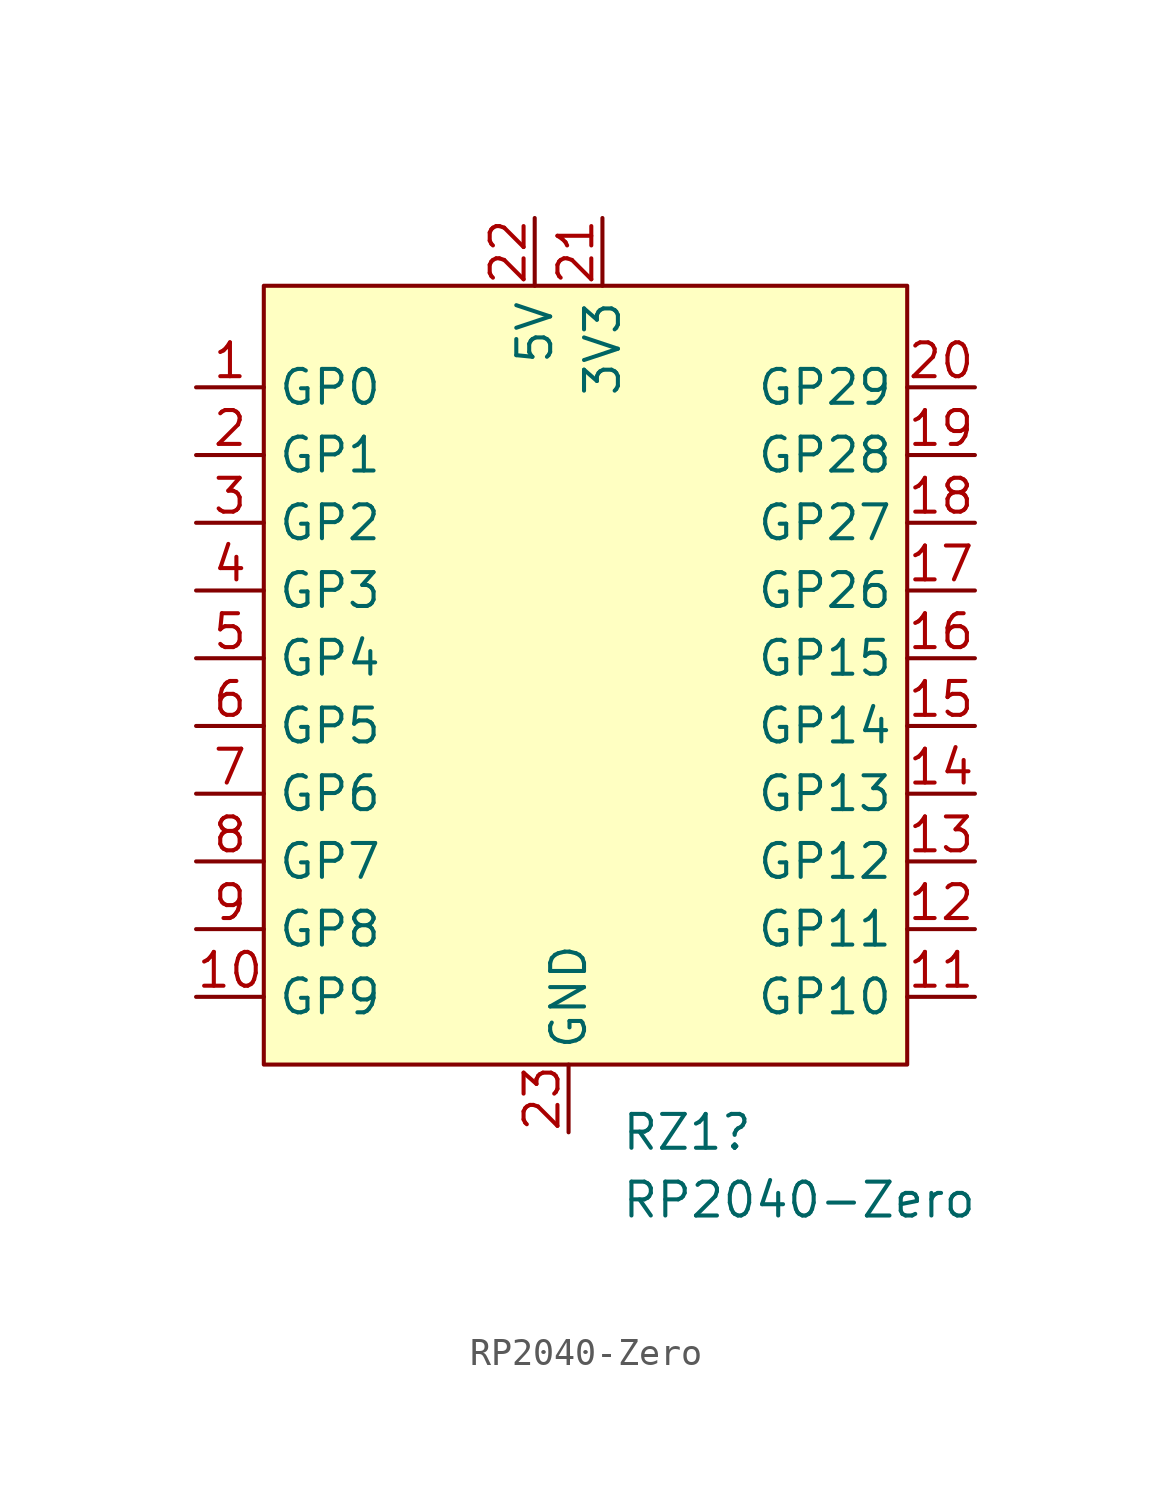
<source format=kicad_sym>
(kicad_symbol_lib
  (version 20220914)
  (generator kicad_symbol_editor)
  (symbol "RP2040-Zero"
    (property "Reference" "RZ1"
      (at 1.956 -17.78 0)
      (effects (font (size 1.27 1.27)) (justify left)))
    (property "Value" "RP2040-Zero"
      (at 1.956 -20.32 0)
      (effects (font (size 1.27 1.27)) (justify left)))
    (symbol "RP2040-Zero_0_1"
      (rectangle (start -11.43 -15.24) (end 12.7 13.97) (stroke (width 0) (type default)) (fill (type background))))
    (symbol "RP2040-Zero_1_1"
      (pin bidirectional line (at -13.97 10.16 0) (length 2.54) (name "GP0" (effects (font (size 1.27 1.27)))) (number "1" (effects (font (size 1.27 1.27)))))
      (pin bidirectional line (at -13.97 -12.7 0) (length 2.54) (name "GP9" (effects (font (size 1.27 1.27)))) (number "10" (effects (font (size 1.27 1.27)))))
      (pin bidirectional line (at 15.24 -12.7 180) (length 2.54) (name "GP10" (effects (font (size 1.27 1.27)))) (number "11" (effects (font (size 1.27 1.27)))))
      (pin bidirectional line (at 15.24 -10.16 180) (length 2.54) (name "GP11" (effects (font (size 1.27 1.27)))) (number "12" (effects (font (size 1.27 1.27)))))
      (pin bidirectional line (at 15.24 -7.62 180) (length 2.54) (name "GP12" (effects (font (size 1.27 1.27)))) (number "13" (effects (font (size 1.27 1.27)))))
      (pin bidirectional line (at 15.24 -5.08 180) (length 2.54) (name "GP13" (effects (font (size 1.27 1.27)))) (number "14" (effects (font (size 1.27 1.27)))))
      (pin bidirectional line (at 15.24 -2.54 180) (length 2.54) (name "GP14" (effects (font (size 1.27 1.27)))) (number "15" (effects (font (size 1.27 1.27)))))
      (pin bidirectional line (at 15.24 0 180) (length 2.54) (name "GP15" (effects (font (size 1.27 1.27)))) (number "16" (effects (font (size 1.27 1.27)))))
      (pin bidirectional line (at 15.24 2.54 180) (length 2.54) (name "GP26" (effects (font (size 1.27 1.27)))) (number "17" (effects (font (size 1.27 1.27)))))
      (pin bidirectional line (at 15.24 5.08 180) (length 2.54) (name "GP27" (effects (font (size 1.27 1.27)))) (number "18" (effects (font (size 1.27 1.27)))))
      (pin bidirectional line (at 15.24 7.62 180) (length 2.54) (name "GP28" (effects (font (size 1.27 1.27)))) (number "19" (effects (font (size 1.27 1.27)))))
      (pin bidirectional line (at -13.97 7.62 0) (length 2.54) (name "GP1" (effects (font (size 1.27 1.27)))) (number "2" (effects (font (size 1.27 1.27)))))
      (pin bidirectional line (at 15.24 10.16 180) (length 2.54) (name "GP29" (effects (font (size 1.27 1.27)))) (number "20" (effects (font (size 1.27 1.27)))))
      (pin power_in line (at 1.27 16.51 270) (length 2.54) (name "3V3" (effects (font (size 1.27 1.27)))) (number "21" (effects (font (size 1.27 1.27)))))
      (pin power_in line (at -1.27 16.51 270) (length 2.54) (name "5V" (effects (font (size 1.27 1.27)))) (number "22" (effects (font (size 1.27 1.27)))))
      (pin power_in line (at 0 -17.78 90) (length 2.54) (name "GND" (effects (font (size 1.27 1.27)))) (number "23" (effects (font (size 1.27 1.27)))))
      (pin bidirectional line (at -13.97 5.08 0) (length 2.54) (name "GP2" (effects (font (size 1.27 1.27)))) (number "3" (effects (font (size 1.27 1.27)))))
      (pin bidirectional line (at -13.97 2.54 0) (length 2.54) (name "GP3" (effects (font (size 1.27 1.27)))) (number "4" (effects (font (size 1.27 1.27)))))
      (pin bidirectional line (at -13.97 0 0) (length 2.54) (name "GP4" (effects (font (size 1.27 1.27)))) (number "5" (effects (font (size 1.27 1.27)))))
      (pin bidirectional line (at -13.97 -2.54 0) (length 2.54) (name "GP5" (effects (font (size 1.27 1.27)))) (number "6" (effects (font (size 1.27 1.27)))))
      (pin bidirectional line (at -13.97 -5.08 0) (length 2.54) (name "GP6" (effects (font (size 1.27 1.27)))) (number "7" (effects (font (size 1.27 1.27)))))
      (pin bidirectional line (at -13.97 -7.62 0) (length 2.54) (name "GP7" (effects (font (size 1.27 1.27)))) (number "8" (effects (font (size 1.27 1.27)))))
      (pin bidirectional line (at -13.97 -10.16 0) (length 2.54) (name "GP8" (effects (font (size 1.27 1.27)))) (number "9" (effects (font (size 1.27 1.27))))))))
</source>
